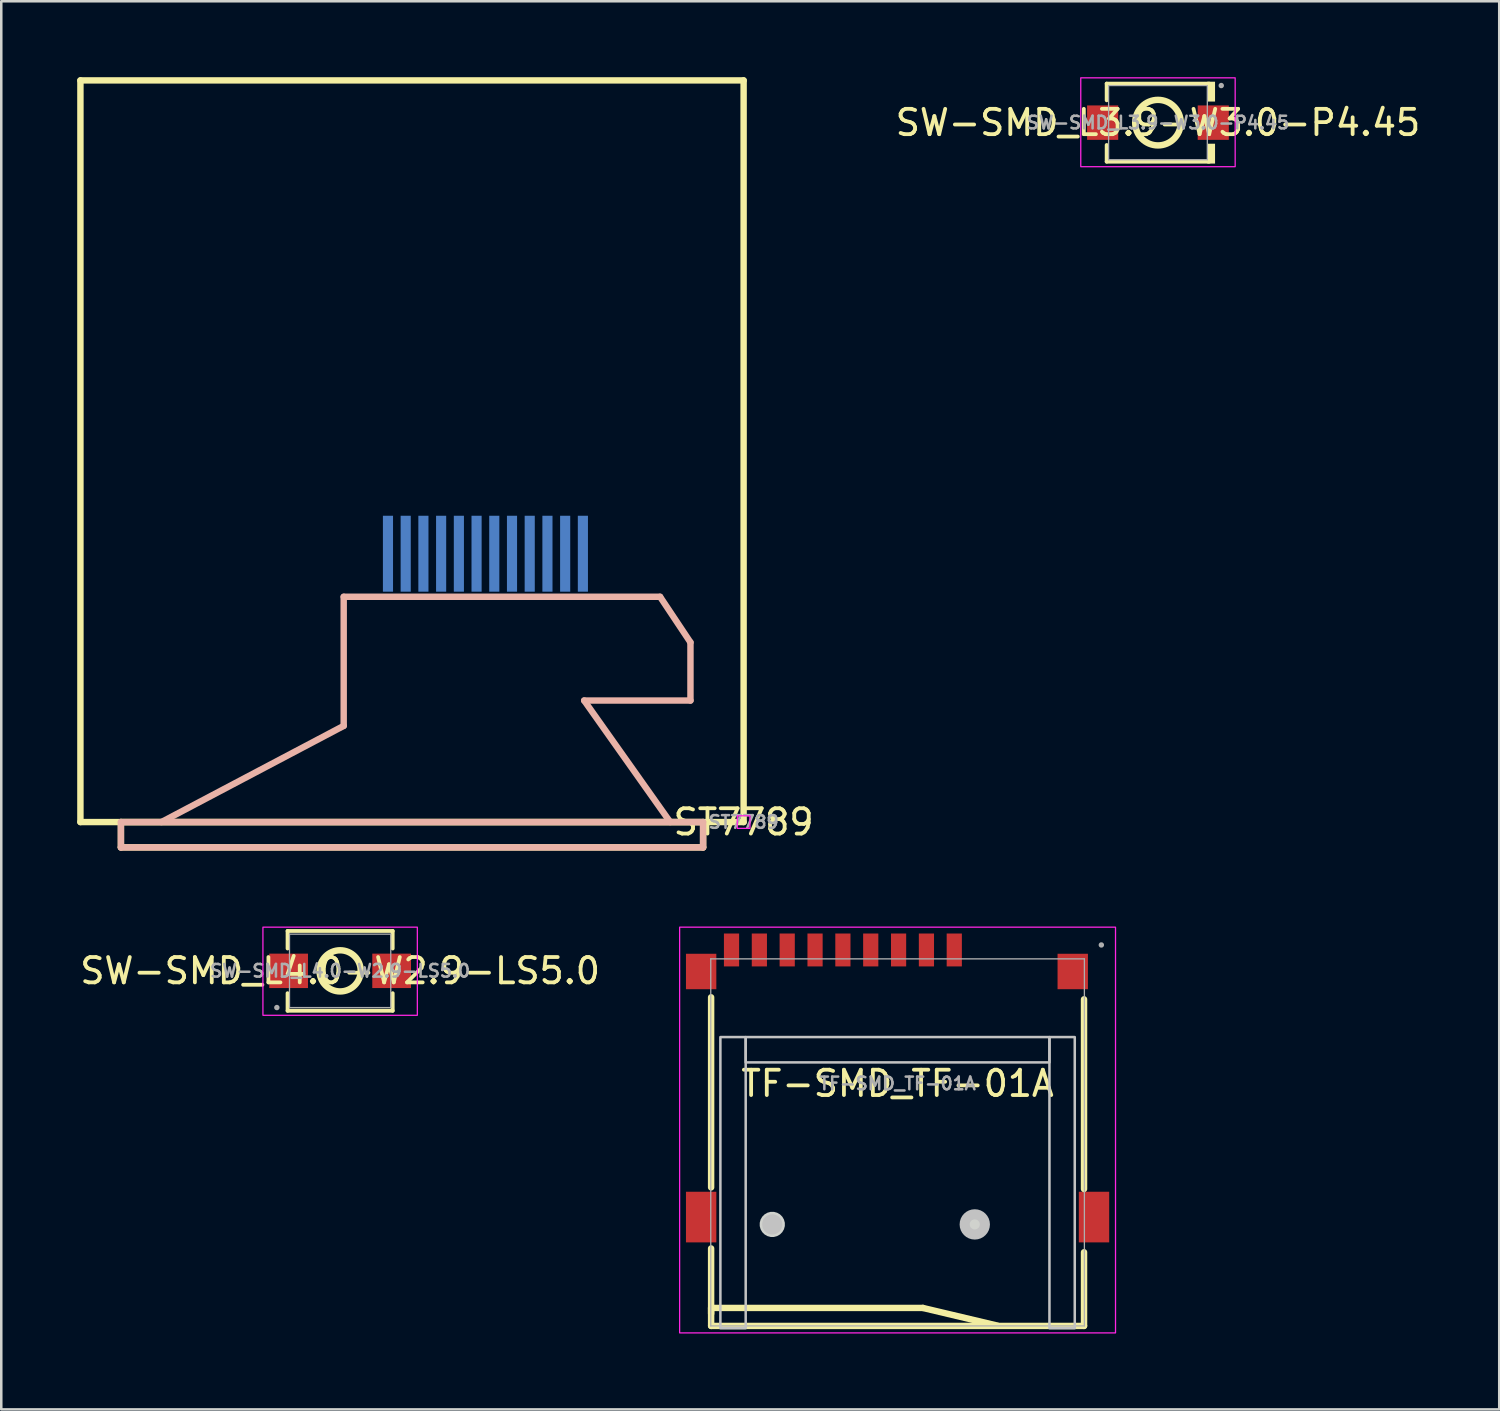
<source format=kicad_pcb>
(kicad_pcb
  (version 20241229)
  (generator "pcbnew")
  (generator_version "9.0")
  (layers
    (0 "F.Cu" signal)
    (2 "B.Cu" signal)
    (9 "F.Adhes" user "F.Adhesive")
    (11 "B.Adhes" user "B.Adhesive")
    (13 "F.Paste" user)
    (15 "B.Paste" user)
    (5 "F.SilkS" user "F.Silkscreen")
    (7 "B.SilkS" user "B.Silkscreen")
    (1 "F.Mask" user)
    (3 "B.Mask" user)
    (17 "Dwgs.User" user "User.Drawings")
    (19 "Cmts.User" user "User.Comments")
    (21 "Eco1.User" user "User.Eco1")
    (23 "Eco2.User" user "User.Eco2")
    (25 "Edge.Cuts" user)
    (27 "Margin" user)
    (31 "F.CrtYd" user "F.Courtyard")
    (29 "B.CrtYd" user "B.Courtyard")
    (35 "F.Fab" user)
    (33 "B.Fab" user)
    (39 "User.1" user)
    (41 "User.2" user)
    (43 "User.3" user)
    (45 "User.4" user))
  (footprint "SW-SMD_L4.0-W2.9-LS5.0"
    (layer "F.Cu")
    (at 10.387 35.304)
    (property "Reference" "SW-SMD_L4.0-W2.9-LS5.0" (at 0 0 0) (layer "F.SilkS") (effects (font (size 1 1) (thickness 0.15))))
    (fp_line (start -2.076 -1.576) (end -2.076 -0.883) (stroke (width 0.152) (type default)) (layer "F.SilkS"))
    (fp_line (start -2.076 1.576) (end -2.076 0.883) (stroke (width 0.152) (type default)) (layer "F.SilkS"))
    (fp_line (start 2.076 -1.576) (end -2.076 -1.576) (stroke (width 0.152) (type default)) (layer "F.SilkS"))
    (fp_line (start 2.076 -1.576) (end 2.076 -0.883) (stroke (width 0.152) (type default)) (layer "F.SilkS"))
    (fp_line (start 2.076 1.576) (end -2.076 1.576) (stroke (width 0.152) (type default)) (layer "F.SilkS"))
    (fp_line (start 2.076 1.576) (end 2.076 0.883) (stroke (width 0.152) (type default)) (layer "F.SilkS"))
    (fp_circle (center 0 0) (end 0.813 0) (stroke (width 0.254) (type default)) (fill no) (layer "F.SilkS"))
    (fp_rect (start -3.05 -1.726) (end 3.05 1.755) (stroke (width 0.05) (type default)) (fill no) (layer "F.CrtYd"))
    (fp_line (start -2 -1.45) (end 2 -1.45) (stroke (width 0.051) (type default)) (layer "F.Fab"))
    (fp_line (start -2 1.45) (end -2 -1.45) (stroke (width 0.051) (type default)) (layer "F.Fab"))
    (fp_line (start 2 -1.45) (end 2 1.45) (stroke (width 0.051) (type default)) (layer "F.Fab"))
    (fp_line (start 2 1.45) (end -2 1.45) (stroke (width 0.051) (type default)) (layer "F.Fab"))
    (fp_poly (pts (xy -2.445 1.427) (xy -2.477 1.395) (xy -2.523 1.395) (xy -2.555 1.427) (xy -2.555 1.473) (xy -2.523 1.505) (xy -2.477 1.505) (xy -2.445 1.473)) (stroke (width 0.1) (type default)) (fill no) (layer "F.Fab"))
    (fp_poly (pts (xy -2.5 -0.65) (xy -2.5 0.65) (xy -1.3 0.65) (xy -1.3 -0.65)) (stroke (width 0.1) (type default)) (fill no) (layer "User.1"))
    (fp_poly (pts (xy 2.5 -0.65) (xy 2.5 0.65) (xy 1.3 0.65) (xy 1.3 -0.65)) (stroke (width 0.1) (type default)) (fill no) (layer "User.1"))
    (fp_text user "${REFERENCE}" (at 0 0 0) (layer "F.Fab") (effects (font (size 0.5 0.5) (thickness 0.1))))
    (pad "1" smd rect (at -2.035 0) (size 1.53 1.36) (layers "F.Cu" "F.Mask" "F.Paste"))
    (pad "2" smd rect (at 2.035 0) (size 1.53 1.36) (layers "F.Cu" "F.Mask" "F.Paste")))
  (footprint "SW-SMD_L3.9-W3.0-P4.45"
    (layer "F.Cu")
    (at 42.696 1.795)
    (property "Reference" "SW-SMD_L3.9-W3.0-P4.45" (at 0 0 0) (layer "F.SilkS") (effects (font (size 1 1) (thickness 0.15))))
    (fp_line (start -2.026 -1.541) (end -2.026 -0.883) (stroke (width 0.152) (type default)) (layer "F.SilkS"))
    (fp_line (start -2.026 1.541) (end -2.026 0.883) (stroke (width 0.152) (type default)) (layer "F.SilkS"))
    (fp_line (start 2.026 -1.541) (end -2.026 -1.541) (stroke (width 0.152) (type default)) (layer "F.SilkS"))
    (fp_line (start 2.026 1.541) (end -2.026 1.541) (stroke (width 0.152) (type default)) (layer "F.SilkS"))
    (fp_circle (center 0 0) (end 0.9 0) (stroke (width 0.254) (type default)) (fill no) (layer "F.SilkS"))
    (fp_poly (pts (xy 1.95 -1.617) (xy 1.95 -0.833) (xy 2.255 -0.833) (xy 2.255 -1.617)) (stroke (width 0) (type default)) (fill yes) (layer "F.SilkS"))
    (fp_poly (pts (xy 1.95 1.617) (xy 1.95 0.833) (xy 2.255 0.833) (xy 2.255 1.617)) (stroke (width 0) (type default)) (fill yes) (layer "F.SilkS"))
    (fp_rect (start -3.05 -1.77) (end 3.05 1.74) (stroke (width 0.05) (type default)) (fill no) (layer "F.CrtYd"))
    (fp_line (start -1.95 -1.465) (end 1.95 -1.465) (stroke (width 0.051) (type default)) (layer "F.Fab"))
    (fp_line (start -1.95 1.465) (end -1.95 -1.465) (stroke (width 0.051) (type default)) (layer "F.Fab"))
    (fp_line (start 1.95 -1.465) (end 1.95 1.465) (stroke (width 0.051) (type default)) (layer "F.Fab"))
    (fp_line (start 1.95 1.465) (end -1.95 1.465) (stroke (width 0.051) (type default)) (layer "F.Fab"))
    (fp_poly (pts (xy 2.555 -1.488) (xy 2.523 -1.52) (xy 2.477 -1.52) (xy 2.445 -1.488) (xy 2.445 -1.442) (xy 2.477 -1.41) (xy 2.523 -1.41) (xy 2.555 -1.442)) (stroke (width 0.1) (type default)) (fill no) (layer "F.Fab"))
    (fp_poly (pts (xy -2.5 -0.65) (xy -2.5 0.65) (xy -1.6 0.65) (xy -1.6 -0.65)) (stroke (width 0.1) (type default)) (fill no) (layer "User.1"))
    (fp_poly (pts (xy 2.5 -0.65) (xy 2.5 0.65) (xy 1.6 0.65) (xy 1.6 -0.65)) (stroke (width 0.1) (type default)) (fill no) (layer "User.1"))
    (fp_text user "${REFERENCE}" (at 0 0 0) (layer "F.Fab") (effects (font (size 0.5 0.5) (thickness 0.1))))
    (pad "1" smd rect (at -2.185 0) (size 1.23 1.36) (layers "F.Cu" "F.Mask" "F.Paste"))
    (pad "2" smd rect (at 2.185 0) (size 1.23 1.36) (layers "F.Cu" "F.Mask" "F.Paste")))
  (footprint "TF-SMD_TF-01A"
    (layer "F.Cu")
    (at 32.409 39.755)
    (property "Reference" "TF-SMD_TF-01A" (at 0 0 0) (layer "F.SilkS") (effects (font (size 1 1) (thickness 0.15))))
    (fp_line (start -7.366 -3.406) (end -7.366 4.103) (stroke (width 0.254) (type default)) (layer "F.SilkS"))
    (fp_line (start -7.366 6.516) (end -7.366 9.576) (stroke (width 0.254) (type default)) (layer "F.SilkS"))
    (fp_line (start -7.366 8.866) (end 1 8.866) (stroke (width 0.254) (type default)) (layer "F.SilkS"))
    (fp_line (start -7.366 9.091) (end -7.366 8.866) (stroke (width 0.254) (type default)) (layer "F.SilkS"))
    (fp_line (start -7.366 9.576) (end 7.366 9.576) (stroke (width 0.254) (type default)) (layer "F.SilkS"))
    (fp_line (start 1 8.866) (end 3.937 9.563) (stroke (width 0.254) (type default)) (layer "F.SilkS"))
    (fp_line (start 7.366 4.167) (end 7.366 -3.326) (stroke (width 0.254) (type default)) (layer "F.SilkS"))
    (fp_line (start 7.366 9.576) (end 7.366 6.666) (stroke (width 0.254) (type default)) (layer "F.SilkS"))
    (fp_circle (center -4.95 5.566) (end -4.75 5.566) (stroke (width 0.4) (type default)) (fill no) (layer "Dwgs.User"))
    (fp_circle (center 3.05 5.566) (end 3.249 5.566) (stroke (width 0.4) (type default)) (fill no) (layer "Dwgs.User"))
    (fp_poly (pts (xy -7 9.666) (xy -7 -1.834) (xy -6 -1.834) (xy -6 9.666)) (stroke (width 0.1) (type default)) (fill no) (layer "Dwgs.User"))
    (fp_poly (pts (xy -6 -1.834) (xy 6 -1.834) (xy 6 -0.834) (xy -6 -0.834)) (stroke (width 0.1) (type default)) (fill no) (layer "Dwgs.User"))
    (fp_poly (pts (xy 7 9.666) (xy 7 -1.834) (xy 6 -1.834) (xy 6 9.666)) (stroke (width 0.1) (type default)) (fill no) (layer "Dwgs.User"))
    (fp_poly (pts (xy -4.454 5.501) (xy -4.488 5.375) (xy -4.553 5.262) (xy -4.646 5.169) (xy -4.759 5.104) (xy -4.885 5.07) (xy -5.015 5.07) (xy -5.141 5.104) (xy -5.254 5.169) (xy -5.347 5.262) (xy -5.412 5.375) (xy -5.446 5.501) (xy -5.446 5.631) (xy -5.412 5.757) (xy -5.347 5.87) (xy -5.254 5.963) (xy -5.141 6.028) (xy -5.015 6.062) (xy -4.885 6.062) (xy -4.759 6.028) (xy -4.646 5.963) (xy -4.553 5.87) (xy -4.488 5.757) (xy -4.454 5.631)) (stroke (width 0) (type default)) (fill yes) (layer "Edge.Cuts"))
    (fp_poly (pts (xy 3.546 5.501) (xy 3.512 5.375) (xy 3.447 5.262) (xy 3.354 5.169) (xy 3.241 5.104) (xy 3.115 5.07) (xy 2.985 5.07) (xy 2.859 5.104) (xy 2.746 5.169) (xy 2.653 5.262) (xy 2.588 5.375) (xy 2.554 5.501) (xy 2.554 5.631) (xy 2.588 5.757) (xy 2.653 5.87) (xy 2.746 5.963) (xy 2.859 6.028) (xy 2.985 6.062) (xy 3.115 6.062) (xy 3.241 6.028) (xy 3.354 5.963) (xy 3.447 5.87) (xy 3.512 5.757) (xy 3.546 5.631)) (stroke (width 0) (type default)) (fill yes) (layer "Edge.Cuts"))
    (fp_rect (start -8.61 -6.176) (end 8.61 9.851) (stroke (width 0.05) (type default)) (fill no) (layer "F.CrtYd"))
    (fp_line (start -7.38 -4.925) (end 7.38 -4.925) (stroke (width 0.051) (type default)) (layer "F.Fab"))
    (fp_line (start -7.38 9.575) (end -7.38 -4.925) (stroke (width 0.051) (type default)) (layer "F.Fab"))
    (fp_line (start 7.38 -4.925) (end 7.38 9.575) (stroke (width 0.051) (type default)) (layer "F.Fab"))
    (fp_line (start 7.38 9.575) (end -7.38 9.575) (stroke (width 0.051) (type default)) (layer "F.Fab"))
    (fp_poly (pts (xy 8.105 -5.497) (xy 8.073 -5.529) (xy 8.027 -5.529) (xy 7.995 -5.497) (xy 7.995 -5.451) (xy 8.027 -5.419) (xy 8.073 -5.419) (xy 8.105 -5.451)) (stroke (width 0.1) (type default)) (fill no) (layer "F.Fab"))
    (fp_poly (pts (xy -8.05 4.476) (xy -7.35 4.476) (xy -7.35 6.076) (xy -8.05 6.076)) (stroke (width 0.1) (type default)) (fill no) (layer "User.1"))
    (fp_poly (pts (xy -7.95 -3.926) (xy -7.95 -4.926) (xy -7.25 -4.926) (xy -7.25 -3.926)) (stroke (width 0.1) (type default)) (fill no) (layer "User.1"))
    (fp_poly (pts (xy -6.745 -4.924) (xy -6.745 -5.474) (xy -6.375 -5.474) (xy -6.375 -4.924)) (stroke (width 0.1) (type default)) (fill no) (layer "User.1"))
    (fp_poly (pts (xy -5.645 -4.924) (xy -5.645 -5.474) (xy -5.275 -5.474) (xy -5.275 -4.924)) (stroke (width 0.1) (type default)) (fill no) (layer "User.1"))
    (fp_poly (pts (xy -4.545 -4.924) (xy -4.545 -5.474) (xy -4.175 -5.474) (xy -4.175 -4.924)) (stroke (width 0.1) (type default)) (fill no) (layer "User.1"))
    (fp_poly (pts (xy -3.445 -4.924) (xy -3.445 -5.474) (xy -3.075 -5.474) (xy -3.075 -4.924)) (stroke (width 0.1) (type default)) (fill no) (layer "User.1"))
    (fp_poly (pts (xy -2.345 -4.924) (xy -2.345 -5.474) (xy -1.975 -5.474) (xy -1.975 -4.924)) (stroke (width 0.1) (type default)) (fill no) (layer "User.1"))
    (fp_poly (pts (xy -1.245 -4.924) (xy -1.245 -5.474) (xy -0.875 -5.474) (xy -0.875 -4.924)) (stroke (width 0.1) (type default)) (fill no) (layer "User.1"))
    (fp_poly (pts (xy -0.145 -4.924) (xy -0.145 -5.474) (xy 0.225 -5.474) (xy 0.225 -4.924)) (stroke (width 0.1) (type default)) (fill no) (layer "User.1"))
    (fp_poly (pts (xy 0.955 -4.924) (xy 0.955 -5.474) (xy 1.325 -5.474) (xy 1.325 -4.924)) (stroke (width 0.1) (type default)) (fill no) (layer "User.1"))
    (fp_poly (pts (xy 2.055 -4.924) (xy 2.055 -5.474) (xy 2.425 -5.474) (xy 2.425 -4.924)) (stroke (width 0.1) (type default)) (fill no) (layer "User.1"))
    (fp_poly (pts (xy 6.66 -4.926) (xy 7.31 -4.926) (xy 7.31 -3.926) (xy 6.66 -3.926)) (stroke (width 0.1) (type default)) (fill no) (layer "User.1"))
    (fp_poly (pts (xy 7.35 6.076) (xy 7.35 4.476) (xy 8.05 4.476) (xy 8.05 6.076)) (stroke (width 0.1) (type default)) (fill no) (layer "User.1"))
    (fp_text user "${REFERENCE}" (at 0 0 0) (layer "F.Fab") (effects (font (size 0.5 0.5) (thickness 0.1))))
    (pad "1" smd rect (at 2.24 -5.276) (size 0.6 1.3) (layers "F.Cu" "F.Mask" "F.Paste"))
    (pad "2" smd rect (at 1.14 -5.276) (size 0.6 1.3) (layers "F.Cu" "F.Mask" "F.Paste"))
    (pad "3" smd rect (at 0.04 -5.276) (size 0.6 1.3) (layers "F.Cu" "F.Mask" "F.Paste"))
    (pad "4" smd rect (at -1.06 -5.276) (size 0.6 1.3) (layers "F.Cu" "F.Mask" "F.Paste"))
    (pad "5" smd rect (at -2.16 -5.276) (size 0.6 1.3) (layers "F.Cu" "F.Mask" "F.Paste"))
    (pad "6" smd rect (at -3.26 -5.276) (size 0.6 1.3) (layers "F.Cu" "F.Mask" "F.Paste"))
    (pad "7" smd rect (at -4.36 -5.276) (size 0.6 1.3) (layers "F.Cu" "F.Mask" "F.Paste"))
    (pad "8" smd rect (at -5.46 -5.276) (size 0.6 1.3) (layers "F.Cu" "F.Mask" "F.Paste"))
    (pad "9" smd rect (at -6.56 -5.276) (size 0.6 1.3) (layers "F.Cu" "F.Mask" "F.Paste"))
    (pad "10" smd rect (at -7.76 -4.426) (size 1.2 1.4) (layers "F.Cu" "F.Mask" "F.Paste"))
    (pad "11" smd rect (at -7.76 5.276) (size 1.2 2) (layers "F.Cu" "F.Mask" "F.Paste"))
    (pad "12" smd rect (at 7.76 5.276) (size 1.2 2) (layers "F.Cu" "F.Mask" "F.Paste"))
    (pad "13" smd rect (at 6.92 -4.426) (size 1.2 1.4) (layers "F.Cu" "F.Mask" "F.Paste")))
  (footprint "ST7789"
    (layer "F.Cu")
    (at 26.327 29.426)
    (property "Reference" "ST7789" (at 0 0 0) (layer "F.SilkS") (effects (font (size 1 1) (thickness 0.15))))
    (fp_line (start -26.2 -29.299) (end 0 -29.299) (stroke (width 0.254) (type default)) (layer "F.SilkS"))
    (fp_line (start -26.2 0) (end -26.2 -29.299) (stroke (width 0.254) (type default)) (layer "F.SilkS"))
    (fp_line (start -24.6 0) (end -1.6 0) (stroke (width 0.254) (type default)) (layer "F.SilkS"))
    (fp_line (start -24.6 1) (end -24.6 0) (stroke (width 0.254) (type default)) (layer "F.SilkS"))
    (fp_line (start -1.6 0) (end -1.6 1) (stroke (width 0.254) (type default)) (layer "F.SilkS"))
    (fp_line (start -1.6 1) (end -24.6 1) (stroke (width 0.254) (type default)) (layer "F.SilkS"))
    (fp_line (start 0 -29.299) (end 0 0) (stroke (width 0.254) (type default)) (layer "F.SilkS"))
    (fp_line (start 0 0) (end -26.2 0) (stroke (width 0.254) (type default)) (layer "F.SilkS"))
    (fp_line (start -24.6 0) (end -1.601 0) (stroke (width 0.254) (type default)) (layer "B.SilkS"))
    (fp_line (start -24.6 1.001) (end -24.6 0) (stroke (width 0.254) (type default)) (layer "B.SilkS"))
    (fp_line (start -23 0) (end -15.799 -3.8) (stroke (width 0.254) (type default)) (layer "B.SilkS"))
    (fp_line (start -15.799 -8.9) (end -3.3 -8.9) (stroke (width 0.254) (type default)) (layer "B.SilkS"))
    (fp_line (start -15.799 -3.8) (end -15.799 -8.9) (stroke (width 0.254) (type default)) (layer "B.SilkS"))
    (fp_line (start -6.299 -4.801) (end -2.901 0) (stroke (width 0.254) (type default)) (layer "B.SilkS"))
    (fp_line (start -3.3 -8.9) (end -2.1 -7.099) (stroke (width 0.254) (type default)) (layer "B.SilkS"))
    (fp_line (start -2.1 -7.099) (end -2.1 -4.801) (stroke (width 0.254) (type default)) (layer "B.SilkS"))
    (fp_line (start -2.1 -4.801) (end -6.299 -4.801) (stroke (width 0.254) (type default)) (layer "B.SilkS"))
    (fp_line (start -1.601 0) (end -1.601 1.001) (stroke (width 0.254) (type default)) (layer "B.SilkS"))
    (fp_line (start -1.601 1.001) (end -24.6 1.001) (stroke (width 0.254) (type default)) (layer "B.SilkS"))
    (fp_rect (start -0.25 -0.25) (end 0.25 0.25) (stroke (width 0.05) (type default)) (fill no) (layer "F.CrtYd"))
    (fp_text user "${REFERENCE}" (at 0 0 0) (layer "F.Fab") (effects (font (size 0.5 0.5) (thickness 0.1))))
    (pad "1" smd rect (at -6.35 -10.601 180) (size 0.4 3) (layers "B.Cu" "B.Mask" "B.Paste"))
    (pad "2" smd rect (at -7.05 -10.601 180) (size 0.4 3) (layers "B.Cu" "B.Mask" "B.Paste"))
    (pad "3" smd rect (at -7.75 -10.601 180) (size 0.4 3) (layers "B.Cu" "B.Mask" "B.Paste"))
    (pad "4" smd rect (at -8.45 -10.601 180) (size 0.4 3) (layers "B.Cu" "B.Mask" "B.Paste"))
    (pad "5" smd rect (at -9.15 -10.601 180) (size 0.4 3) (layers "B.Cu" "B.Mask" "B.Paste"))
    (pad "6" smd rect (at -9.85 -10.601 180) (size 0.4 3) (layers "B.Cu" "B.Mask" "B.Paste"))
    (pad "7" smd rect (at -10.55 -10.601 180) (size 0.4 3) (layers "B.Cu" "B.Mask" "B.Paste"))
    (pad "8" smd rect (at -11.249 -10.601 180) (size 0.4 3) (layers "B.Cu" "B.Mask" "B.Paste"))
    (pad "9" smd rect (at -11.95 -10.601 180) (size 0.4 3) (layers "B.Cu" "B.Mask" "B.Paste"))
    (pad "10" smd rect (at -12.65 -10.601 180) (size 0.4 3) (layers "B.Cu" "B.Mask" "B.Paste"))
    (pad "11" smd rect (at -13.35 -10.601 180) (size 0.4 3) (layers "B.Cu" "B.Mask" "B.Paste"))
    (pad "12" smd rect (at -14.05 -10.601 180) (size 0.4 3) (layers "B.Cu" "B.Mask" "B.Paste")))
  (gr_rect
    (start -3 -3)
    (end 56.178 52.63)
    (stroke (width 0.1) (type default))
    (fill no)
    (layer "Edge.Cuts")))
</source>
